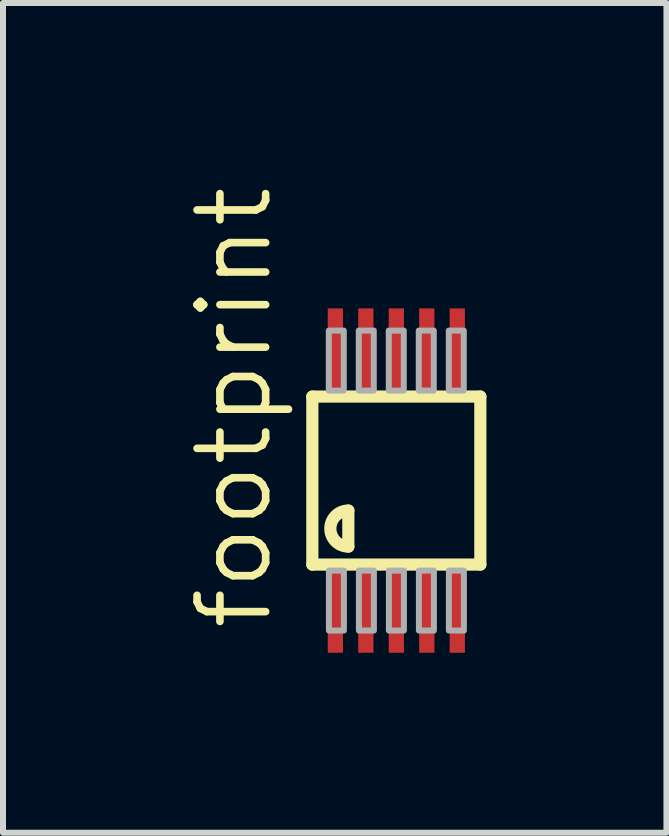
<source format=kicad_pcb>
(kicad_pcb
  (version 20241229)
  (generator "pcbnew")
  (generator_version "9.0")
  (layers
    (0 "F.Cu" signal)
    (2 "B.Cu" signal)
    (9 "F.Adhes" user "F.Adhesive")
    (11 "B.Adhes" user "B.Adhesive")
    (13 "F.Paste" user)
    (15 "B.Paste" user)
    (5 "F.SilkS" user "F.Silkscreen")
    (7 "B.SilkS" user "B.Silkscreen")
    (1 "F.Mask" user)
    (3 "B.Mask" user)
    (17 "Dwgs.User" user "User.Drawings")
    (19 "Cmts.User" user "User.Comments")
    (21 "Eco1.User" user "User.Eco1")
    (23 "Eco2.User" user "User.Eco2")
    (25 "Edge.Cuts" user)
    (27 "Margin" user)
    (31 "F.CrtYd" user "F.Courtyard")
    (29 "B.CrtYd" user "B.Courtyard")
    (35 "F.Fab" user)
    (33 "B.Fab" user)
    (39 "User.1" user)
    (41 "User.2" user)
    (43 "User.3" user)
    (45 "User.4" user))
  (footprint "footprint"
    (layer "F.Cu")
    (at 3.556 4.96)
    (property "Reference" "footprint" (at -2.032 2.54 90) (layer "F.SilkS") (effects (font (size 1.143 1.143) (thickness 0.127)) (justify left bottom)))
    (fp_line (start -1.4 -1.4) (end 1.4 -1.4) (stroke (width 0.203) (type solid)) (layer "F.SilkS"))
    (fp_line (start -1.4 1.4) (end -1.4 -1.4) (stroke (width 0.203) (type solid)) (layer "F.SilkS"))
    (fp_line (start -0.8 0.5) (end -0.8 1.1) (stroke (width 0.203) (type solid)) (layer "F.SilkS"))
    (fp_line (start 1.4 -1.4) (end 1.4 1.4) (stroke (width 0.203) (type solid)) (layer "F.SilkS"))
    (fp_line (start 1.4 1.4) (end -1.4 1.4) (stroke (width 0.203) (type solid)) (layer "F.SilkS"))
    (fp_arc (start -0.8 1.1) (mid -1.1 0.8) (end -0.8 0.5) (stroke (width 0.2032) (type solid)) (layer "F.SilkS"))
    (fp_poly (pts (xy -1.124 2.5) (xy -0.874 2.5) (xy -0.874 1.5) (xy -1.124 1.5)) (stroke (width 0.1) (type solid)) (fill no) (layer "F.Fab"))
    (fp_poly (pts (xy -0.876 -2.5) (xy -1.126 -2.5) (xy -1.126 -1.5) (xy -0.876 -1.5)) (stroke (width 0.1) (type solid)) (fill no) (layer "F.Fab"))
    (fp_poly (pts (xy -0.624 2.5) (xy -0.374 2.5) (xy -0.374 1.5) (xy -0.624 1.5)) (stroke (width 0.1) (type solid)) (fill no) (layer "F.Fab"))
    (fp_poly (pts (xy -0.376 -2.5) (xy -0.626 -2.5) (xy -0.626 -1.5) (xy -0.376 -1.5)) (stroke (width 0.1) (type solid)) (fill no) (layer "F.Fab"))
    (fp_poly (pts (xy -0.124 2.5) (xy 0.126 2.5) (xy 0.126 1.5) (xy -0.124 1.5)) (stroke (width 0.1) (type solid)) (fill no) (layer "F.Fab"))
    (fp_poly (pts (xy 0.124 -2.5) (xy -0.126 -2.5) (xy -0.126 -1.5) (xy 0.124 -1.5)) (stroke (width 0.1) (type solid)) (fill no) (layer "F.Fab"))
    (fp_poly (pts (xy 0.376 2.5) (xy 0.626 2.5) (xy 0.626 1.5) (xy 0.376 1.5)) (stroke (width 0.1) (type solid)) (fill no) (layer "F.Fab"))
    (fp_poly (pts (xy 0.624 -2.5) (xy 0.374 -2.5) (xy 0.374 -1.5) (xy 0.624 -1.5)) (stroke (width 0.1) (type solid)) (fill no) (layer "F.Fab"))
    (fp_poly (pts (xy 0.876 2.5) (xy 1.126 2.5) (xy 1.126 1.5) (xy 0.876 1.5)) (stroke (width 0.1) (type solid)) (fill no) (layer "F.Fab"))
    (fp_poly (pts (xy 1.124 -2.5) (xy 0.874 -2.5) (xy 0.874 -1.5) (xy 1.124 -1.5)) (stroke (width 0.1) (type solid)) (fill no) (layer "F.Fab"))
    (pad "1" smd rect (at -1.016 2.159) (size 0.254 1.422) (layers "F.Cu" "F.Mask" "F.Paste"))
    (pad "2" smd rect (at -0.508 2.159) (size 0.254 1.422) (layers "F.Cu" "F.Mask" "F.Paste"))
    (pad "3" smd rect (at 0 2.159) (size 0.254 1.422) (layers "F.Cu" "F.Mask" "F.Paste"))
    (pad "4" smd rect (at 0.508 2.159) (size 0.254 1.422) (layers "F.Cu" "F.Mask" "F.Paste"))
    (pad "5" smd rect (at 1.016 2.159) (size 0.254 1.422) (layers "F.Cu" "F.Mask" "F.Paste"))
    (pad "6" smd rect (at 1.016 -2.159 180) (size 0.254 1.422) (layers "F.Cu" "F.Mask" "F.Paste"))
    (pad "7" smd rect (at 0.508 -2.159 180) (size 0.254 1.422) (layers "F.Cu" "F.Mask" "F.Paste"))
    (pad "8" smd rect (at 0 -2.159 180) (size 0.254 1.422) (layers "F.Cu" "F.Mask" "F.Paste"))
    (pad "9" smd rect (at -0.508 -2.159 180) (size 0.254 1.422) (layers "F.Cu" "F.Mask" "F.Paste"))
    (pad "10" smd rect (at -1.016 -2.159 180) (size 0.254 1.422) (layers "F.Cu" "F.Mask" "F.Paste")))
  (gr_rect
    (start -3 -3)
    (end 8.058 10.83)
    (stroke (width 0.1) (type default))
    (fill no)
    (layer "Edge.Cuts")))
</source>
